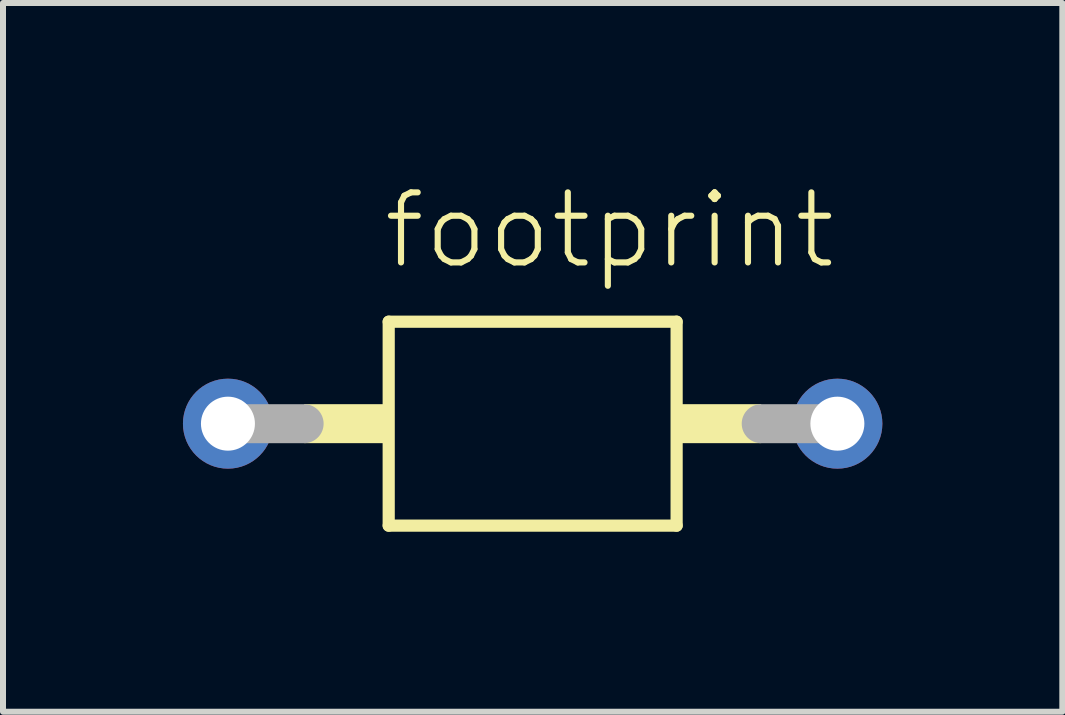
<source format=kicad_pcb>
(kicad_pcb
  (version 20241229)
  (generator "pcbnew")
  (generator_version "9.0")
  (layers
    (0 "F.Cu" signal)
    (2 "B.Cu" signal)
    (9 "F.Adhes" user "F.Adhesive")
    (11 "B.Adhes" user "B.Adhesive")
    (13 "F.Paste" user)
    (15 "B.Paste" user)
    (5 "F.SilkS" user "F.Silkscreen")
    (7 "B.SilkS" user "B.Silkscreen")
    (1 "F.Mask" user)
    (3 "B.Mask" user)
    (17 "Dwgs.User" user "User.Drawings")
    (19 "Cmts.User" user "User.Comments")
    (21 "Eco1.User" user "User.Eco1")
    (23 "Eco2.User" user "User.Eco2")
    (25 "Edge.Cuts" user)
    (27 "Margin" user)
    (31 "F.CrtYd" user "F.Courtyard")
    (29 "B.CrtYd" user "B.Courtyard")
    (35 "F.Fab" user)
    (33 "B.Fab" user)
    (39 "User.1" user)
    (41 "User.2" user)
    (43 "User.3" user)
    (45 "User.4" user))
  (footprint "footprint"
    (layer "F.Cu")
    (at 5.83 4.013)
    (property "Reference" "footprint" (at -2.54 -2.54 0) (layer "F.SilkS") (effects (font (size 1.168 1.168) (thickness 0.102)) (justify left bottom)))
    (fp_line (start -2.4 -1.7) (end 2.4 -1.7) (stroke (width 0.203) (type solid)) (layer "F.SilkS"))
    (fp_line (start -2.4 1.7) (end -2.4 -1.7) (stroke (width 0.203) (type solid)) (layer "F.SilkS"))
    (fp_line (start 2.4 -1.7) (end 2.4 1.7) (stroke (width 0.203) (type solid)) (layer "F.SilkS"))
    (fp_line (start 2.4 1.7) (end -2.4 1.7) (stroke (width 0.203) (type solid)) (layer "F.SilkS"))
    (fp_poly (pts (xy -3.81 0.325) (xy -2.475 0.325) (xy -2.475 -0.325) (xy -3.81 -0.325)) (stroke (width 0) (type solid)) (fill yes) (layer "F.SilkS"))
    (fp_poly (pts (xy 3.81 -0.325) (xy 2.475 -0.325) (xy 2.475 0.325) (xy 3.81 0.325)) (stroke (width 0) (type solid)) (fill yes) (layer "F.SilkS"))
    (fp_line (start -5.08 0) (end -3.81 0) (stroke (width 0.65) (type solid)) (layer "F.Fab"))
    (fp_line (start 5.08 0) (end 3.81 0) (stroke (width 0.65) (type solid)) (layer "F.Fab"))
    (pad "1" thru_hole circle (at -5.08 0) (size 1.5 1.5) (drill 0.9) (layers "*.Cu" "*.Mask"))
    (pad "2" thru_hole circle (at 5.08 0) (size 1.5 1.5) (drill 0.9) (layers "*.Cu" "*.Mask")))
  (gr_rect
    (start -3 -3)
    (end 14.66 8.815)
    (stroke (width 0.1) (type default))
    (fill no)
    (layer "Edge.Cuts")))
</source>
